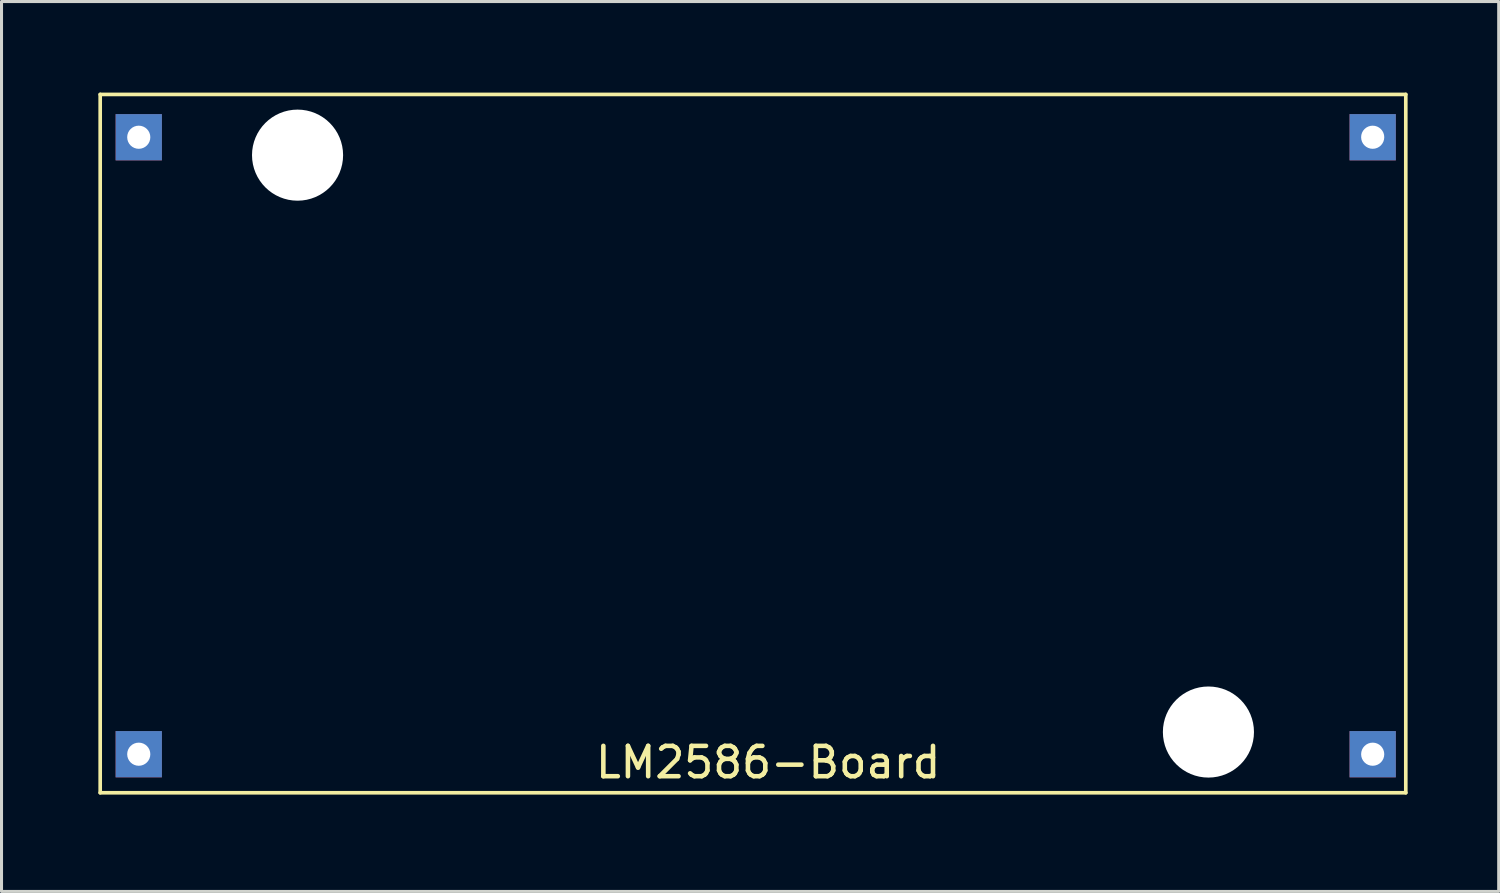
<source format=kicad_pcb>
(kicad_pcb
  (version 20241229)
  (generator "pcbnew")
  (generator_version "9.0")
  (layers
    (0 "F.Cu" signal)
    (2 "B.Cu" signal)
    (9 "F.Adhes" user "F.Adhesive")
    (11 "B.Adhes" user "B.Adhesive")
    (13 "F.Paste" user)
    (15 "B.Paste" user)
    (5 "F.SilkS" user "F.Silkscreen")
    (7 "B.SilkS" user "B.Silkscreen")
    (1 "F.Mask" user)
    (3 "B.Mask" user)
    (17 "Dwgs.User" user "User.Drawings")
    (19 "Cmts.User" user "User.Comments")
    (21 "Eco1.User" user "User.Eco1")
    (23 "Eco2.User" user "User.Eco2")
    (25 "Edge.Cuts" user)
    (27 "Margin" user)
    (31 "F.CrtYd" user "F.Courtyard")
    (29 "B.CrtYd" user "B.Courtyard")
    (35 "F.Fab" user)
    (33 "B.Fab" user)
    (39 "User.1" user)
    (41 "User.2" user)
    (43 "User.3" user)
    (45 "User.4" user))
  (footprint "LM2586-Board"
    (layer "F.Cu")
    (at 0.25 23.06)
    (property "Reference" "LM2586-Board" (at 22 -1 0) (layer "F.SilkS") (effects (font (size 1 1) (thickness 0.15))))
    (attr through_hole)
    (fp_line (start 0 -23) (end 0 0) (stroke (width 0.12) (type solid)) (layer "F.SilkS"))
    (fp_line (start 0 0) (end 43 0) (stroke (width 0.12) (type solid)) (layer "F.SilkS"))
    (fp_line (start 43 -23) (end 0 -23) (stroke (width 0.12) (type solid)) (layer "F.SilkS"))
    (fp_line (start 43 0) (end 43 -23) (stroke (width 0.12) (type solid)) (layer "F.SilkS"))
    (pad "" np_thru_hole circle (at 6.5 -21) (size 3 3) (drill 3) (layers "*.Cu" "*.Mask"))
    (pad "" np_thru_hole circle (at 36.5 -2) (size 3 3) (drill 3) (layers "*.Cu" "*.Mask"))
    (pad "1" thru_hole rect (at 1.27 -21.59) (size 1.524 1.524) (drill 0.762) (layers "*.Cu" "*.Mask"))
    (pad "2" thru_hole rect (at 1.27 -1.27) (size 1.524 1.524) (drill 0.762) (layers "*.Cu" "*.Mask"))
    (pad "3" thru_hole rect (at 41.91 -21.59) (size 1.524 1.524) (drill 0.762) (layers "*.Cu" "*.Mask"))
    (pad "4" thru_hole rect (at 41.91 -1.27) (size 1.524 1.524) (drill 0.762) (layers "*.Cu" "*.Mask")))
  (gr_rect
    (start -3 -3)
    (end 46.31 26.31)
    (stroke (width 0.1) (type default))
    (fill no)
    (layer "Edge.Cuts")))
</source>
